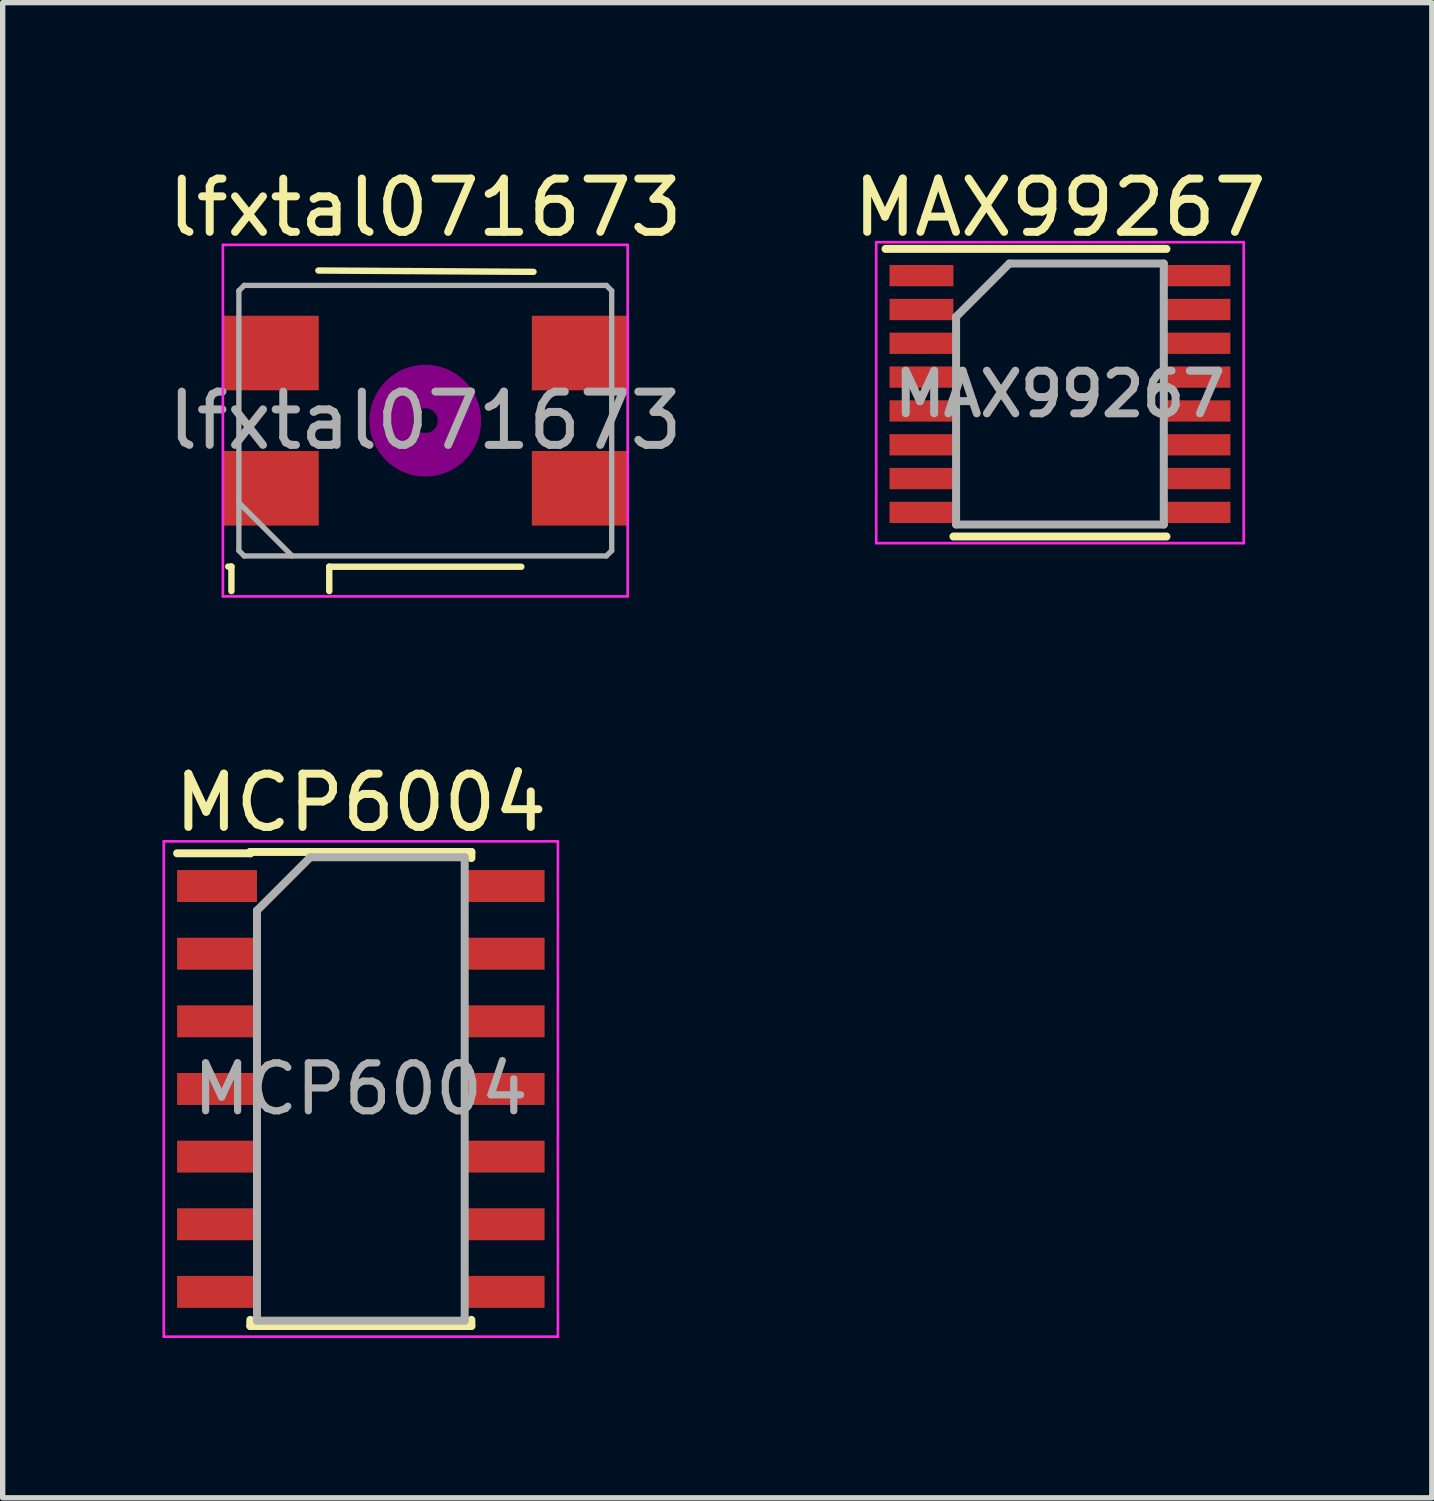
<source format=kicad_pcb>
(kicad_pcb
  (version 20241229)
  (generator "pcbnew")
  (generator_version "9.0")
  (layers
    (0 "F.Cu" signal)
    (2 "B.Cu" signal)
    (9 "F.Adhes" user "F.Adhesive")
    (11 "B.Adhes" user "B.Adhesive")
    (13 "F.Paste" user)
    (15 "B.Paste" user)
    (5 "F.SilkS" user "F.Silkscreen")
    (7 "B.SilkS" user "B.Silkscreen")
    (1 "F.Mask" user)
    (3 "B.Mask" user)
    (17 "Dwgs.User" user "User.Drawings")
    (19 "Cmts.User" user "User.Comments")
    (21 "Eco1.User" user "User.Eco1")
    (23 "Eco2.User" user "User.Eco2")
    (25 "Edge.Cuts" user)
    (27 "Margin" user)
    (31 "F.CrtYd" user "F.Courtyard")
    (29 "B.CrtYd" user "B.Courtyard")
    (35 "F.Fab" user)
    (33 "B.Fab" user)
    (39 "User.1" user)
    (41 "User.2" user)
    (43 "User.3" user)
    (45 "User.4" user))
  (footprint "MCP6004"
    (layer "F.Cu")
    (at 3.725 17.396)
    (property "Reference" "MCP6004" (at 0 -5.375 0) (layer "F.SilkS") (effects (font (size 1 1) (thickness 0.15))))
    (attr smd)
    (fp_line (start -2.075 -4.45) (end -2.075 -4.425) (stroke (width 0.15) (type solid)) (layer "F.SilkS"))
    (fp_line (start -2.075 -4.45) (end 2.075 -4.45) (stroke (width 0.15) (type solid)) (layer "F.SilkS"))
    (fp_line (start -2.075 -4.425) (end -3.45 -4.425) (stroke (width 0.15) (type solid)) (layer "F.SilkS"))
    (fp_line (start -2.075 4.45) (end -2.075 4.335) (stroke (width 0.15) (type solid)) (layer "F.SilkS"))
    (fp_line (start -2.075 4.45) (end 2.075 4.45) (stroke (width 0.15) (type solid)) (layer "F.SilkS"))
    (fp_line (start 2.075 -4.45) (end 2.075 -4.335) (stroke (width 0.15) (type solid)) (layer "F.SilkS"))
    (fp_line (start 2.075 4.45) (end 2.075 4.335) (stroke (width 0.15) (type solid)) (layer "F.SilkS"))
    (fp_line (start -3.7 -4.65) (end -3.7 4.65) (stroke (width 0.05) (type solid)) (layer "F.CrtYd"))
    (fp_line (start -3.7 -4.65) (end 3.7 -4.65) (stroke (width 0.05) (type solid)) (layer "F.CrtYd"))
    (fp_line (start -3.7 4.65) (end 3.7 4.65) (stroke (width 0.05) (type solid)) (layer "F.CrtYd"))
    (fp_line (start 3.7 -4.65) (end 3.7 4.65) (stroke (width 0.05) (type solid)) (layer "F.CrtYd"))
    (fp_line (start -1.95 -3.35) (end -0.95 -4.35) (stroke (width 0.15) (type solid)) (layer "F.Fab"))
    (fp_line (start -1.95 4.35) (end -1.95 -3.35) (stroke (width 0.15) (type solid)) (layer "F.Fab"))
    (fp_line (start -0.95 -4.35) (end 1.95 -4.35) (stroke (width 0.15) (type solid)) (layer "F.Fab"))
    (fp_line (start 1.95 -4.35) (end 1.95 4.35) (stroke (width 0.15) (type solid)) (layer "F.Fab"))
    (fp_line (start 1.95 4.35) (end -1.95 4.35) (stroke (width 0.15) (type solid)) (layer "F.Fab"))
    (fp_text user "${REFERENCE}" (at 0 0 0) (layer "F.Fab") (effects (font (size 0.9 0.9) (thickness 0.135))))
    (pad "1" smd rect (at -2.7 -3.81) (size 1.5 0.6) (layers "F.Cu" "F.Mask" "F.Paste"))
    (pad "2" smd rect (at -2.7 -2.54) (size 1.5 0.6) (layers "F.Cu" "F.Mask" "F.Paste"))
    (pad "3" smd rect (at -2.7 -1.27) (size 1.5 0.6) (layers "F.Cu" "F.Mask" "F.Paste"))
    (pad "4" smd rect (at -2.7 0) (size 1.5 0.6) (layers "F.Cu" "F.Mask" "F.Paste"))
    (pad "5" smd rect (at -2.7 1.27) (size 1.5 0.6) (layers "F.Cu" "F.Mask" "F.Paste"))
    (pad "6" smd rect (at -2.7 2.54) (size 1.5 0.6) (layers "F.Cu" "F.Mask" "F.Paste"))
    (pad "7" smd rect (at -2.7 3.81) (size 1.5 0.6) (layers "F.Cu" "F.Mask" "F.Paste"))
    (pad "8" smd rect (at 2.7 3.81) (size 1.5 0.6) (layers "F.Cu" "F.Mask" "F.Paste"))
    (pad "9" smd rect (at 2.7 2.54) (size 1.5 0.6) (layers "F.Cu" "F.Mask" "F.Paste"))
    (pad "10" smd rect (at 2.7 1.27) (size 1.5 0.6) (layers "F.Cu" "F.Mask" "F.Paste"))
    (pad "11" smd rect (at 2.7 0) (size 1.5 0.6) (layers "F.Cu" "F.Mask" "F.Paste"))
    (pad "12" smd rect (at 2.7 -1.27) (size 1.5 0.6) (layers "F.Cu" "F.Mask" "F.Paste"))
    (pad "13" smd rect (at 2.7 -2.54) (size 1.5 0.6) (layers "F.Cu" "F.Mask" "F.Paste"))
    (pad "14" smd rect (at 2.7 -3.81) (size 1.5 0.6) (layers "F.Cu" "F.Mask" "F.Paste")))
  (footprint "MAX99267"
    (layer "F.Cu")
    (at 16.851 4.348)
    (property "Reference" "MAX99267" (at 0 -3.5 0) (layer "F.SilkS") (effects (font (size 1 1) (thickness 0.15))))
    (attr smd)
    (fp_line (start -3.275 -2.725) (end 2 -2.725) (stroke (width 0.15) (type solid)) (layer "F.SilkS"))
    (fp_line (start -2 2.675) (end 2 2.675) (stroke (width 0.15) (type solid)) (layer "F.SilkS"))
    (fp_line (start -3.45 -2.85) (end -3.45 2.8) (stroke (width 0.05) (type solid)) (layer "F.CrtYd"))
    (fp_line (start -3.45 -2.85) (end 3.45 -2.85) (stroke (width 0.05) (type solid)) (layer "F.CrtYd"))
    (fp_line (start -3.45 2.8) (end 3.45 2.8) (stroke (width 0.05) (type solid)) (layer "F.CrtYd"))
    (fp_line (start 3.45 -2.85) (end 3.45 2.8) (stroke (width 0.05) (type solid)) (layer "F.CrtYd"))
    (fp_line (start -1.95 -1.45) (end -0.95 -2.45) (stroke (width 0.15) (type solid)) (layer "F.Fab"))
    (fp_line (start -1.95 2.45) (end -1.95 -1.45) (stroke (width 0.15) (type solid)) (layer "F.Fab"))
    (fp_line (start -0.95 -2.45) (end 1.95 -2.45) (stroke (width 0.15) (type solid)) (layer "F.Fab"))
    (fp_line (start 1.95 -2.45) (end 1.95 2.45) (stroke (width 0.15) (type solid)) (layer "F.Fab"))
    (fp_line (start 1.95 2.45) (end -1.95 2.45) (stroke (width 0.15) (type solid)) (layer "F.Fab"))
    (fp_text user "${REFERENCE}" (at 0 0 0) (layer "F.Fab") (effects (font (size 0.8 0.8) (thickness 0.15))))
    (pad "1" smd rect (at -2.6 -2.223) (size 1.2 0.4) (layers "F.Cu" "F.Mask" "F.Paste"))
    (pad "2" smd rect (at -2.6 -1.587) (size 1.2 0.4) (layers "F.Cu" "F.Mask" "F.Paste"))
    (pad "3" smd rect (at -2.6 -0.953) (size 1.2 0.4) (layers "F.Cu" "F.Mask" "F.Paste"))
    (pad "4" smd rect (at -2.6 -0.318) (size 1.2 0.4) (layers "F.Cu" "F.Mask" "F.Paste"))
    (pad "5" smd rect (at -2.6 0.318) (size 1.2 0.4) (layers "F.Cu" "F.Mask" "F.Paste"))
    (pad "6" smd rect (at -2.6 0.953) (size 1.2 0.4) (layers "F.Cu" "F.Mask" "F.Paste"))
    (pad "7" smd rect (at -2.6 1.587) (size 1.2 0.4) (layers "F.Cu" "F.Mask" "F.Paste"))
    (pad "8" smd rect (at -2.6 2.223) (size 1.2 0.4) (layers "F.Cu" "F.Mask" "F.Paste"))
    (pad "9" smd rect (at 2.6 2.223) (size 1.2 0.4) (layers "F.Cu" "F.Mask" "F.Paste"))
    (pad "10" smd rect (at 2.6 1.587) (size 1.2 0.4) (layers "F.Cu" "F.Mask" "F.Paste"))
    (pad "11" smd rect (at 2.6 0.953) (size 1.2 0.4) (layers "F.Cu" "F.Mask" "F.Paste"))
    (pad "12" smd rect (at 2.6 0.318) (size 1.2 0.4) (layers "F.Cu" "F.Mask" "F.Paste"))
    (pad "13" smd rect (at 2.6 -0.318) (size 1.2 0.4) (layers "F.Cu" "F.Mask" "F.Paste"))
    (pad "14" smd rect (at 2.6 -0.953) (size 1.2 0.4) (layers "F.Cu" "F.Mask" "F.Paste"))
    (pad "15" smd rect (at 2.6 -1.587) (size 1.2 0.4) (layers "F.Cu" "F.Mask" "F.Paste"))
    (pad "16" smd rect (at 2.6 -2.223) (size 1.2 0.4) (layers "F.Cu" "F.Mask" "F.Paste")))
  (footprint "lfxtal071673"
    (layer "F.Cu")
    (at 4.935 4.848)
    (property "Reference" "lfxtal071673" (at 0 -4 0) (layer "F.SilkS") (effects (font (size 1 1) (thickness 0.15))))
    (attr smd)
    (fp_line (start -3.64 2.74) (end -3.7 2.74) (stroke (width 0.12) (type solid)) (layer "F.SilkS"))
    (fp_line (start -3.64 3.2) (end -3.64 2.74) (stroke (width 0.12) (type solid)) (layer "F.SilkS"))
    (fp_line (start -1.803 2.74) (end -1.803 3.2) (stroke (width 0.12) (type solid)) (layer "F.SilkS"))
    (fp_line (start -1.803 2.743) (end 1.803 2.743) (stroke (width 0.12) (type solid)) (layer "F.SilkS"))
    (fp_line (start 2.032 -2.794) (end -2.007 -2.819) (stroke (width 0.12) (type solid)) (layer "F.SilkS"))
    (fp_circle (center 0 0) (end 0.233 0) (stroke (width 0.467) (type solid)) (fill no) (layer "F.Adhes"))
    (fp_circle (center 0 0) (end 0.533 0) (stroke (width 0.333) (type solid)) (fill no) (layer "F.Adhes"))
    (fp_circle (center 0 0) (end 0.833 0) (stroke (width 0.333) (type solid)) (fill no) (layer "F.Adhes"))
    (fp_circle (center 0 0) (end 1 0) (stroke (width 0.1) (type solid)) (fill no) (layer "F.Adhes"))
    (fp_line (start -3.8 -3.3) (end -3.8 3.3) (stroke (width 0.05) (type solid)) (layer "F.CrtYd"))
    (fp_line (start -3.8 3.3) (end 3.8 3.3) (stroke (width 0.05) (type solid)) (layer "F.CrtYd"))
    (fp_line (start 3.8 -3.3) (end -3.8 -3.3) (stroke (width 0.05) (type solid)) (layer "F.CrtYd"))
    (fp_line (start 3.8 3.3) (end 3.8 -3.3) (stroke (width 0.05) (type solid)) (layer "F.CrtYd"))
    (fp_line (start -3.5 -2.44) (end -3.4 -2.54) (stroke (width 0.1) (type solid)) (layer "F.Fab"))
    (fp_line (start -3.5 1.54) (end -2.5 2.54) (stroke (width 0.1) (type solid)) (layer "F.Fab"))
    (fp_line (start -3.5 2.44) (end -3.5 -2.44) (stroke (width 0.1) (type solid)) (layer "F.Fab"))
    (fp_line (start -3.4 -2.54) (end 3.4 -2.54) (stroke (width 0.1) (type solid)) (layer "F.Fab"))
    (fp_line (start -3.4 2.54) (end -3.5 2.44) (stroke (width 0.1) (type solid)) (layer "F.Fab"))
    (fp_line (start 3.4 -2.54) (end 3.5 -2.44) (stroke (width 0.1) (type solid)) (layer "F.Fab"))
    (fp_line (start 3.4 2.54) (end -3.4 2.54) (stroke (width 0.1) (type solid)) (layer "F.Fab"))
    (fp_line (start 3.5 -2.44) (end 3.5 2.44) (stroke (width 0.1) (type solid)) (layer "F.Fab"))
    (fp_line (start 3.5 2.44) (end 3.4 2.54) (stroke (width 0.1) (type solid)) (layer "F.Fab"))
    (fp_text user "${REFERENCE}" (at 0 0 0) (layer "F.Fab") (effects (font (size 1 1) (thickness 0.15))))
    (pad "1" smd rect (at -2.9 1.27) (size 1.8 1.4) (layers "F.Cu" "F.Mask" "F.Paste"))
    (pad "2" smd rect (at 2.9 1.27) (size 1.8 1.4) (layers "F.Cu" "F.Mask" "F.Paste"))
    (pad "3" smd rect (at 2.9 -1.27) (size 1.8 1.4) (layers "F.Cu" "F.Mask" "F.Paste"))
    (pad "4" smd rect (at -2.9 -1.27) (size 1.8 1.4) (layers "F.Cu" "F.Mask" "F.Paste")))
  (gr_rect
    (start -3 -3)
    (end 23.833 25.072)
    (stroke (width 0.1) (type default))
    (fill no)
    (layer "Edge.Cuts")))
</source>
